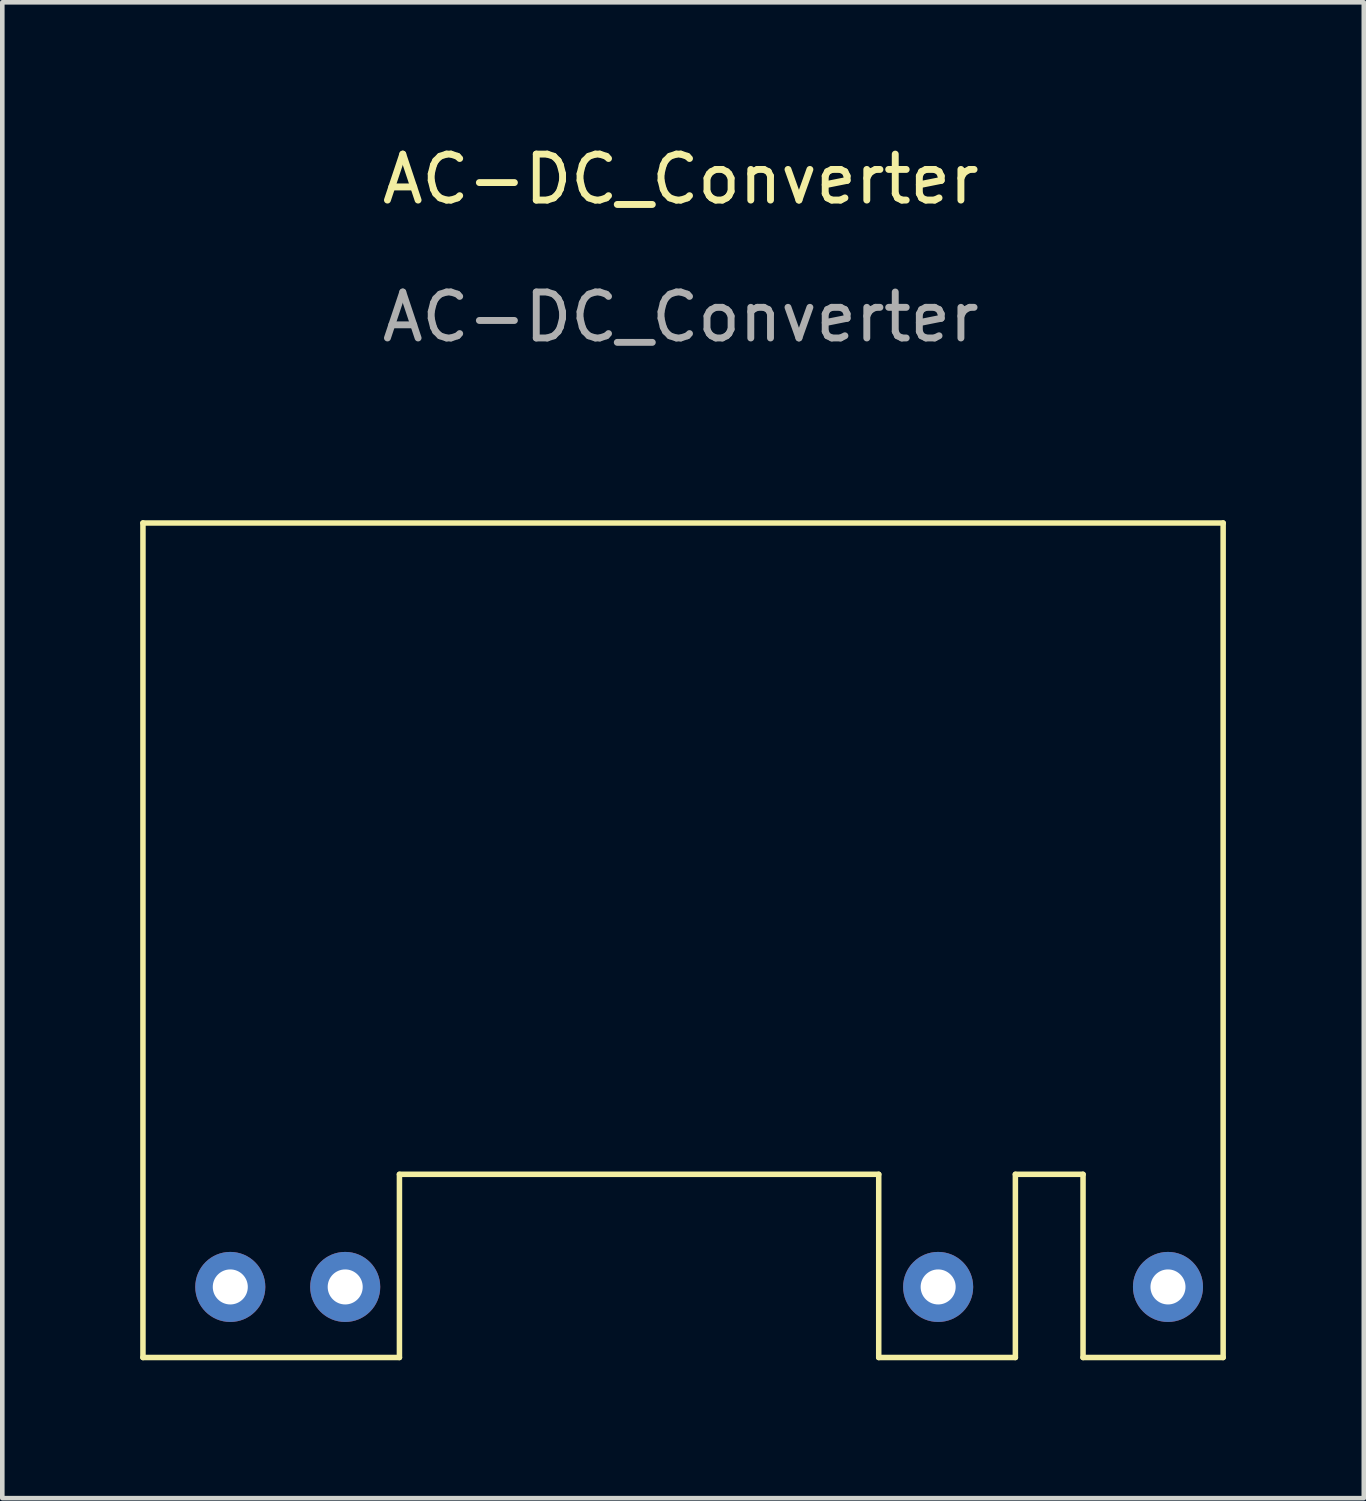
<source format=kicad_pcb>
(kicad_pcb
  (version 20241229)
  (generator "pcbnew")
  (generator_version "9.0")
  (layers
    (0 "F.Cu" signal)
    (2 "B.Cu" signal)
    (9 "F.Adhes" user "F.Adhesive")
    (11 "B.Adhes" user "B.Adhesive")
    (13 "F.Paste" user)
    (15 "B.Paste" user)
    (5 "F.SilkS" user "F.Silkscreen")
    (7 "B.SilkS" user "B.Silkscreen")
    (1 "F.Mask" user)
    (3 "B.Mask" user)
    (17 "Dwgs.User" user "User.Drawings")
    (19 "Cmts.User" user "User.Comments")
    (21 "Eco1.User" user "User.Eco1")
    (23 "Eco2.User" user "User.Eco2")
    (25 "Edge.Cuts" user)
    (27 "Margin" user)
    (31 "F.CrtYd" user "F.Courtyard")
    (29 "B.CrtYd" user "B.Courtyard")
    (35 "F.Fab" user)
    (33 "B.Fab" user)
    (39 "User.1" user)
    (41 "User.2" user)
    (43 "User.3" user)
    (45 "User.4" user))
  (footprint "AC-DC_Converter"
    (layer "F.Cu")
    (at 11.56 15.948)
    (property "Reference" "AC-DC_Converter" (at 0.2 -15.1 0) (unlocked yes) (layer "F.SilkS") (effects (font (size 1 1) (thickness 0.15))))
    (attr through_hole)
    (fp_line (start -11.5 -7.62) (end -11.5 10.535) (stroke (width 0.12) (type solid)) (layer "F.SilkS"))
    (fp_line (start -11.5 -7.62) (end 12 -7.62) (stroke (width 0.12) (type solid)) (layer "F.SilkS"))
    (fp_line (start -11.5 10.535) (end -5.92 10.535) (stroke (width 0.12) (type solid)) (layer "F.SilkS"))
    (fp_line (start -5.92 6.55) (end -5.92 10.535) (stroke (width 0.12) (type solid)) (layer "F.SilkS"))
    (fp_line (start 4.507 6.55) (end -5.92 6.55) (stroke (width 0.12) (type solid)) (layer "F.SilkS"))
    (fp_line (start 4.507 10.535) (end 4.507 6.55) (stroke (width 0.12) (type solid)) (layer "F.SilkS"))
    (fp_line (start 7.48 6.55) (end 7.48 10.535) (stroke (width 0.12) (type solid)) (layer "F.SilkS"))
    (fp_line (start 7.48 10.535) (end 4.507 10.535) (stroke (width 0.12) (type solid)) (layer "F.SilkS"))
    (fp_line (start 8.952 6.55) (end 7.48 6.55) (stroke (width 0.12) (type solid)) (layer "F.SilkS"))
    (fp_line (start 8.952 10.535) (end 8.952 6.55) (stroke (width 0.12) (type solid)) (layer "F.SilkS"))
    (fp_line (start 12 -7.62) (end 12 10.535) (stroke (width 0.12) (type solid)) (layer "F.SilkS"))
    (fp_line (start 12 10.535) (end 8.952 10.535) (stroke (width 0.12) (type solid)) (layer "F.SilkS"))
    (fp_text user "${REFERENCE}" (at 0.2 -12.1 0) (unlocked yes) (layer "F.Fab") (effects (font (size 1 1) (thickness 0.15))))
    (pad "1" thru_hole circle (at -9.6 9) (size 1.524 1.524) (drill 0.762) (layers "*.Cu" "*.Mask"))
    (pad "2" thru_hole circle (at -7.1 9) (size 1.524 1.524) (drill 0.762) (layers "*.Cu" "*.Mask"))
    (pad "3" thru_hole circle (at 5.8 9) (size 1.524 1.524) (drill 0.762) (layers "*.Cu" "*.Mask"))
    (pad "4" thru_hole circle (at 10.8 9) (size 1.524 1.524) (drill 0.762) (layers "*.Cu" "*.Mask")))
  (gr_rect
    (start -3 -3)
    (end 26.62 29.543)
    (stroke (width 0.1) (type default))
    (fill no)
    (layer "Edge.Cuts")))
</source>
